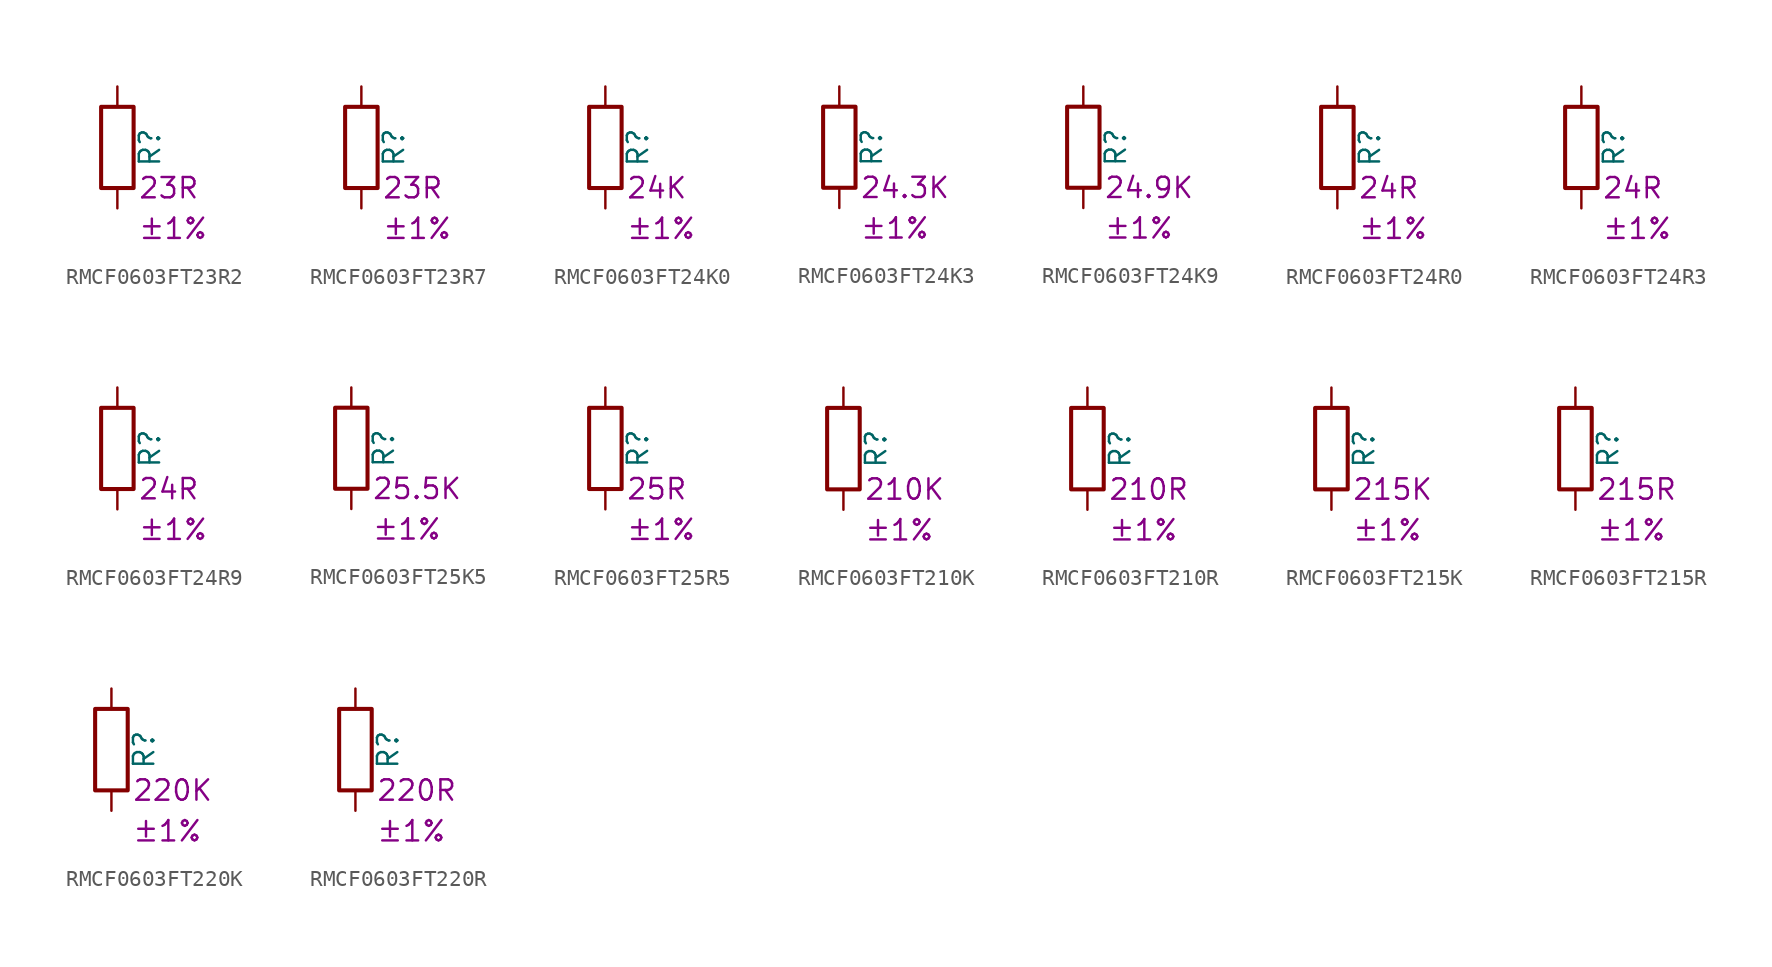
<source format=kicad_sym>
(kicad_symbol_lib
  (version 20220914)
  (generator kicad_symbol_editor)
  (symbol "RMCF0603FT23R2"
    (pin_numbers hide)
    (pin_names
      (offset 0))
    (property "Reference" "R"
      (at 2.032 0 90)
      (effects (font (size 1.27 1.27))))
    (property "Resistance" "23R"
      (at 1.27 -2.54 0)
      (effects (font (size 1.27 1.27)) (justify left)))
    (property "Tolerance" "±1%"
      (at 1.27 -5.08 0)
      (effects (font (size 1.27 1.27)) (justify left)))
    (symbol "RMCF0603FT23R2_0_1"
      (rectangle (start -1.016 -2.54) (end 1.016 2.54) (stroke (width 0.254) (type default)) (fill (type none))))
    (symbol "RMCF0603FT23R2_1_1"
      (pin passive line (at 0 3.81 270) (length 1.27) (name "~" (effects (font (size 1.27 1.27)))) (number "1" (effects (font (size 1.27 1.27)))))
      (pin passive line (at 0 -3.81 90) (length 1.27) (name "~" (effects (font (size 1.27 1.27)))) (number "2" (effects (font (size 1.27 1.27)))))))
  (symbol "RMCF0603FT23R7"
    (pin_numbers hide)
    (pin_names
      (offset 0))
    (property "Reference" "R"
      (at 2.032 0 90)
      (effects (font (size 1.27 1.27))))
    (property "Resistance" "23R"
      (at 1.27 -2.54 0)
      (effects (font (size 1.27 1.27)) (justify left)))
    (property "Tolerance" "±1%"
      (at 1.27 -5.08 0)
      (effects (font (size 1.27 1.27)) (justify left)))
    (symbol "RMCF0603FT23R7_0_1"
      (rectangle (start -1.016 -2.54) (end 1.016 2.54) (stroke (width 0.254) (type default)) (fill (type none))))
    (symbol "RMCF0603FT23R7_1_1"
      (pin passive line (at 0 3.81 270) (length 1.27) (name "~" (effects (font (size 1.27 1.27)))) (number "1" (effects (font (size 1.27 1.27)))))
      (pin passive line (at 0 -3.81 90) (length 1.27) (name "~" (effects (font (size 1.27 1.27)))) (number "2" (effects (font (size 1.27 1.27)))))))
  (symbol "RMCF0603FT24K0"
    (pin_numbers hide)
    (pin_names
      (offset 0))
    (property "Reference" "R"
      (at 2.032 0 90)
      (effects (font (size 1.27 1.27))))
    (property "Resistance" "24K"
      (at 1.27 -2.54 0)
      (effects (font (size 1.27 1.27)) (justify left)))
    (property "Tolerance" "±1%"
      (at 1.27 -5.08 0)
      (effects (font (size 1.27 1.27)) (justify left)))
    (symbol "RMCF0603FT24K0_0_1"
      (rectangle (start -1.016 -2.54) (end 1.016 2.54) (stroke (width 0.254) (type default)) (fill (type none))))
    (symbol "RMCF0603FT24K0_1_1"
      (pin passive line (at 0 3.81 270) (length 1.27) (name "~" (effects (font (size 1.27 1.27)))) (number "1" (effects (font (size 1.27 1.27)))))
      (pin passive line (at 0 -3.81 90) (length 1.27) (name "~" (effects (font (size 1.27 1.27)))) (number "2" (effects (font (size 1.27 1.27)))))))
  (symbol "RMCF0603FT24K3"
    (pin_numbers hide)
    (pin_names
      (offset 0))
    (property "Reference" "R"
      (at 2.032 0 90)
      (effects (font (size 1.27 1.27))))
    (property "Resistance" "24.3K"
      (at 1.27 -2.54 0)
      (effects (font (size 1.27 1.27)) (justify left)))
    (property "Tolerance" "±1%"
      (at 1.27 -5.08 0)
      (effects (font (size 1.27 1.27)) (justify left)))
    (symbol "RMCF0603FT24K3_0_1"
      (rectangle (start -1.016 -2.54) (end 1.016 2.54) (stroke (width 0.254) (type default)) (fill (type none))))
    (symbol "RMCF0603FT24K3_1_1"
      (pin passive line (at 0 3.81 270) (length 1.27) (name "~" (effects (font (size 1.27 1.27)))) (number "1" (effects (font (size 1.27 1.27)))))
      (pin passive line (at 0 -3.81 90) (length 1.27) (name "~" (effects (font (size 1.27 1.27)))) (number "2" (effects (font (size 1.27 1.27)))))))
  (symbol "RMCF0603FT24K9"
    (pin_numbers hide)
    (pin_names
      (offset 0))
    (property "Reference" "R"
      (at 2.032 0 90)
      (effects (font (size 1.27 1.27))))
    (property "Resistance" "24.9K"
      (at 1.27 -2.54 0)
      (effects (font (size 1.27 1.27)) (justify left)))
    (property "Tolerance" "±1%"
      (at 1.27 -5.08 0)
      (effects (font (size 1.27 1.27)) (justify left)))
    (symbol "RMCF0603FT24K9_0_1"
      (rectangle (start -1.016 -2.54) (end 1.016 2.54) (stroke (width 0.254) (type default)) (fill (type none))))
    (symbol "RMCF0603FT24K9_1_1"
      (pin passive line (at 0 3.81 270) (length 1.27) (name "~" (effects (font (size 1.27 1.27)))) (number "1" (effects (font (size 1.27 1.27)))))
      (pin passive line (at 0 -3.81 90) (length 1.27) (name "~" (effects (font (size 1.27 1.27)))) (number "2" (effects (font (size 1.27 1.27)))))))
  (symbol "RMCF0603FT24R0"
    (pin_numbers hide)
    (pin_names
      (offset 0))
    (property "Reference" "R"
      (at 2.032 0 90)
      (effects (font (size 1.27 1.27))))
    (property "Resistance" "24R"
      (at 1.27 -2.54 0)
      (effects (font (size 1.27 1.27)) (justify left)))
    (property "Tolerance" "±1%"
      (at 1.27 -5.08 0)
      (effects (font (size 1.27 1.27)) (justify left)))
    (symbol "RMCF0603FT24R0_0_1"
      (rectangle (start -1.016 -2.54) (end 1.016 2.54) (stroke (width 0.254) (type default)) (fill (type none))))
    (symbol "RMCF0603FT24R0_1_1"
      (pin passive line (at 0 3.81 270) (length 1.27) (name "~" (effects (font (size 1.27 1.27)))) (number "1" (effects (font (size 1.27 1.27)))))
      (pin passive line (at 0 -3.81 90) (length 1.27) (name "~" (effects (font (size 1.27 1.27)))) (number "2" (effects (font (size 1.27 1.27)))))))
  (symbol "RMCF0603FT24R3"
    (pin_numbers hide)
    (pin_names
      (offset 0))
    (property "Reference" "R"
      (at 2.032 0 90)
      (effects (font (size 1.27 1.27))))
    (property "Resistance" "24R"
      (at 1.27 -2.54 0)
      (effects (font (size 1.27 1.27)) (justify left)))
    (property "Tolerance" "±1%"
      (at 1.27 -5.08 0)
      (effects (font (size 1.27 1.27)) (justify left)))
    (symbol "RMCF0603FT24R3_0_1"
      (rectangle (start -1.016 -2.54) (end 1.016 2.54) (stroke (width 0.254) (type default)) (fill (type none))))
    (symbol "RMCF0603FT24R3_1_1"
      (pin passive line (at 0 3.81 270) (length 1.27) (name "~" (effects (font (size 1.27 1.27)))) (number "1" (effects (font (size 1.27 1.27)))))
      (pin passive line (at 0 -3.81 90) (length 1.27) (name "~" (effects (font (size 1.27 1.27)))) (number "2" (effects (font (size 1.27 1.27)))))))
  (symbol "RMCF0603FT24R9"
    (pin_numbers hide)
    (pin_names
      (offset 0))
    (property "Reference" "R"
      (at 2.032 0 90)
      (effects (font (size 1.27 1.27))))
    (property "Resistance" "24R"
      (at 1.27 -2.54 0)
      (effects (font (size 1.27 1.27)) (justify left)))
    (property "Tolerance" "±1%"
      (at 1.27 -5.08 0)
      (effects (font (size 1.27 1.27)) (justify left)))
    (symbol "RMCF0603FT24R9_0_1"
      (rectangle (start -1.016 -2.54) (end 1.016 2.54) (stroke (width 0.254) (type default)) (fill (type none))))
    (symbol "RMCF0603FT24R9_1_1"
      (pin passive line (at 0 3.81 270) (length 1.27) (name "~" (effects (font (size 1.27 1.27)))) (number "1" (effects (font (size 1.27 1.27)))))
      (pin passive line (at 0 -3.81 90) (length 1.27) (name "~" (effects (font (size 1.27 1.27)))) (number "2" (effects (font (size 1.27 1.27)))))))
  (symbol "RMCF0603FT25K5"
    (pin_numbers hide)
    (pin_names
      (offset 0))
    (property "Reference" "R"
      (at 2.032 0 90)
      (effects (font (size 1.27 1.27))))
    (property "Resistance" "25.5K"
      (at 1.27 -2.54 0)
      (effects (font (size 1.27 1.27)) (justify left)))
    (property "Tolerance" "±1%"
      (at 1.27 -5.08 0)
      (effects (font (size 1.27 1.27)) (justify left)))
    (symbol "RMCF0603FT25K5_0_1"
      (rectangle (start -1.016 -2.54) (end 1.016 2.54) (stroke (width 0.254) (type default)) (fill (type none))))
    (symbol "RMCF0603FT25K5_1_1"
      (pin passive line (at 0 3.81 270) (length 1.27) (name "~" (effects (font (size 1.27 1.27)))) (number "1" (effects (font (size 1.27 1.27)))))
      (pin passive line (at 0 -3.81 90) (length 1.27) (name "~" (effects (font (size 1.27 1.27)))) (number "2" (effects (font (size 1.27 1.27)))))))
  (symbol "RMCF0603FT25R5"
    (pin_numbers hide)
    (pin_names
      (offset 0))
    (property "Reference" "R"
      (at 2.032 0 90)
      (effects (font (size 1.27 1.27))))
    (property "Resistance" "25R"
      (at 1.27 -2.54 0)
      (effects (font (size 1.27 1.27)) (justify left)))
    (property "Tolerance" "±1%"
      (at 1.27 -5.08 0)
      (effects (font (size 1.27 1.27)) (justify left)))
    (symbol "RMCF0603FT25R5_0_1"
      (rectangle (start -1.016 -2.54) (end 1.016 2.54) (stroke (width 0.254) (type default)) (fill (type none))))
    (symbol "RMCF0603FT25R5_1_1"
      (pin passive line (at 0 3.81 270) (length 1.27) (name "~" (effects (font (size 1.27 1.27)))) (number "1" (effects (font (size 1.27 1.27)))))
      (pin passive line (at 0 -3.81 90) (length 1.27) (name "~" (effects (font (size 1.27 1.27)))) (number "2" (effects (font (size 1.27 1.27)))))))
  (symbol "RMCF0603FT210K"
    (pin_numbers hide)
    (pin_names
      (offset 0))
    (property "Reference" "R"
      (at 2.032 0 90)
      (effects (font (size 1.27 1.27))))
    (property "Resistance" "210K"
      (at 1.27 -2.54 0)
      (effects (font (size 1.27 1.27)) (justify left)))
    (property "Tolerance" "±1%"
      (at 1.27 -5.08 0)
      (effects (font (size 1.27 1.27)) (justify left)))
    (symbol "RMCF0603FT210K_0_1"
      (rectangle (start -1.016 -2.54) (end 1.016 2.54) (stroke (width 0.254) (type default)) (fill (type none))))
    (symbol "RMCF0603FT210K_1_1"
      (pin passive line (at 0 3.81 270) (length 1.27) (name "~" (effects (font (size 1.27 1.27)))) (number "1" (effects (font (size 1.27 1.27)))))
      (pin passive line (at 0 -3.81 90) (length 1.27) (name "~" (effects (font (size 1.27 1.27)))) (number "2" (effects (font (size 1.27 1.27)))))))
  (symbol "RMCF0603FT210R"
    (pin_numbers hide)
    (pin_names
      (offset 0))
    (property "Reference" "R"
      (at 2.032 0 90)
      (effects (font (size 1.27 1.27))))
    (property "Resistance" "210R"
      (at 1.27 -2.54 0)
      (effects (font (size 1.27 1.27)) (justify left)))
    (property "Tolerance" "±1%"
      (at 1.27 -5.08 0)
      (effects (font (size 1.27 1.27)) (justify left)))
    (symbol "RMCF0603FT210R_0_1"
      (rectangle (start -1.016 -2.54) (end 1.016 2.54) (stroke (width 0.254) (type default)) (fill (type none))))
    (symbol "RMCF0603FT210R_1_1"
      (pin passive line (at 0 3.81 270) (length 1.27) (name "~" (effects (font (size 1.27 1.27)))) (number "1" (effects (font (size 1.27 1.27)))))
      (pin passive line (at 0 -3.81 90) (length 1.27) (name "~" (effects (font (size 1.27 1.27)))) (number "2" (effects (font (size 1.27 1.27)))))))
  (symbol "RMCF0603FT215K"
    (pin_numbers hide)
    (pin_names
      (offset 0))
    (property "Reference" "R"
      (at 2.032 0 90)
      (effects (font (size 1.27 1.27))))
    (property "Resistance" "215K"
      (at 1.27 -2.54 0)
      (effects (font (size 1.27 1.27)) (justify left)))
    (property "Tolerance" "±1%"
      (at 1.27 -5.08 0)
      (effects (font (size 1.27 1.27)) (justify left)))
    (symbol "RMCF0603FT215K_0_1"
      (rectangle (start -1.016 -2.54) (end 1.016 2.54) (stroke (width 0.254) (type default)) (fill (type none))))
    (symbol "RMCF0603FT215K_1_1"
      (pin passive line (at 0 3.81 270) (length 1.27) (name "~" (effects (font (size 1.27 1.27)))) (number "1" (effects (font (size 1.27 1.27)))))
      (pin passive line (at 0 -3.81 90) (length 1.27) (name "~" (effects (font (size 1.27 1.27)))) (number "2" (effects (font (size 1.27 1.27)))))))
  (symbol "RMCF0603FT215R"
    (pin_numbers hide)
    (pin_names
      (offset 0))
    (property "Reference" "R"
      (at 2.032 0 90)
      (effects (font (size 1.27 1.27))))
    (property "Resistance" "215R"
      (at 1.27 -2.54 0)
      (effects (font (size 1.27 1.27)) (justify left)))
    (property "Tolerance" "±1%"
      (at 1.27 -5.08 0)
      (effects (font (size 1.27 1.27)) (justify left)))
    (symbol "RMCF0603FT215R_0_1"
      (rectangle (start -1.016 -2.54) (end 1.016 2.54) (stroke (width 0.254) (type default)) (fill (type none))))
    (symbol "RMCF0603FT215R_1_1"
      (pin passive line (at 0 3.81 270) (length 1.27) (name "~" (effects (font (size 1.27 1.27)))) (number "1" (effects (font (size 1.27 1.27)))))
      (pin passive line (at 0 -3.81 90) (length 1.27) (name "~" (effects (font (size 1.27 1.27)))) (number "2" (effects (font (size 1.27 1.27)))))))
  (symbol "RMCF0603FT220K"
    (pin_numbers hide)
    (pin_names
      (offset 0))
    (property "Reference" "R"
      (at 2.032 0 90)
      (effects (font (size 1.27 1.27))))
    (property "Resistance" "220K"
      (at 1.27 -2.54 0)
      (effects (font (size 1.27 1.27)) (justify left)))
    (property "Tolerance" "±1%"
      (at 1.27 -5.08 0)
      (effects (font (size 1.27 1.27)) (justify left)))
    (symbol "RMCF0603FT220K_0_1"
      (rectangle (start -1.016 -2.54) (end 1.016 2.54) (stroke (width 0.254) (type default)) (fill (type none))))
    (symbol "RMCF0603FT220K_1_1"
      (pin passive line (at 0 3.81 270) (length 1.27) (name "~" (effects (font (size 1.27 1.27)))) (number "1" (effects (font (size 1.27 1.27)))))
      (pin passive line (at 0 -3.81 90) (length 1.27) (name "~" (effects (font (size 1.27 1.27)))) (number "2" (effects (font (size 1.27 1.27)))))))
  (symbol "RMCF0603FT220R"
    (pin_numbers hide)
    (pin_names
      (offset 0))
    (property "Reference" "R"
      (at 2.032 0 90)
      (effects (font (size 1.27 1.27))))
    (property "Resistance" "220R"
      (at 1.27 -2.54 0)
      (effects (font (size 1.27 1.27)) (justify left)))
    (property "Tolerance" "±1%"
      (at 1.27 -5.08 0)
      (effects (font (size 1.27 1.27)) (justify left)))
    (symbol "RMCF0603FT220R_0_1"
      (rectangle (start -1.016 -2.54) (end 1.016 2.54) (stroke (width 0.254) (type default)) (fill (type none))))
    (symbol "RMCF0603FT220R_1_1"
      (pin passive line (at 0 3.81 270) (length 1.27) (name "~" (effects (font (size 1.27 1.27)))) (number "1" (effects (font (size 1.27 1.27)))))
      (pin passive line (at 0 -3.81 90) (length 1.27) (name "~" (effects (font (size 1.27 1.27)))) (number "2" (effects (font (size 1.27 1.27))))))))
</source>
